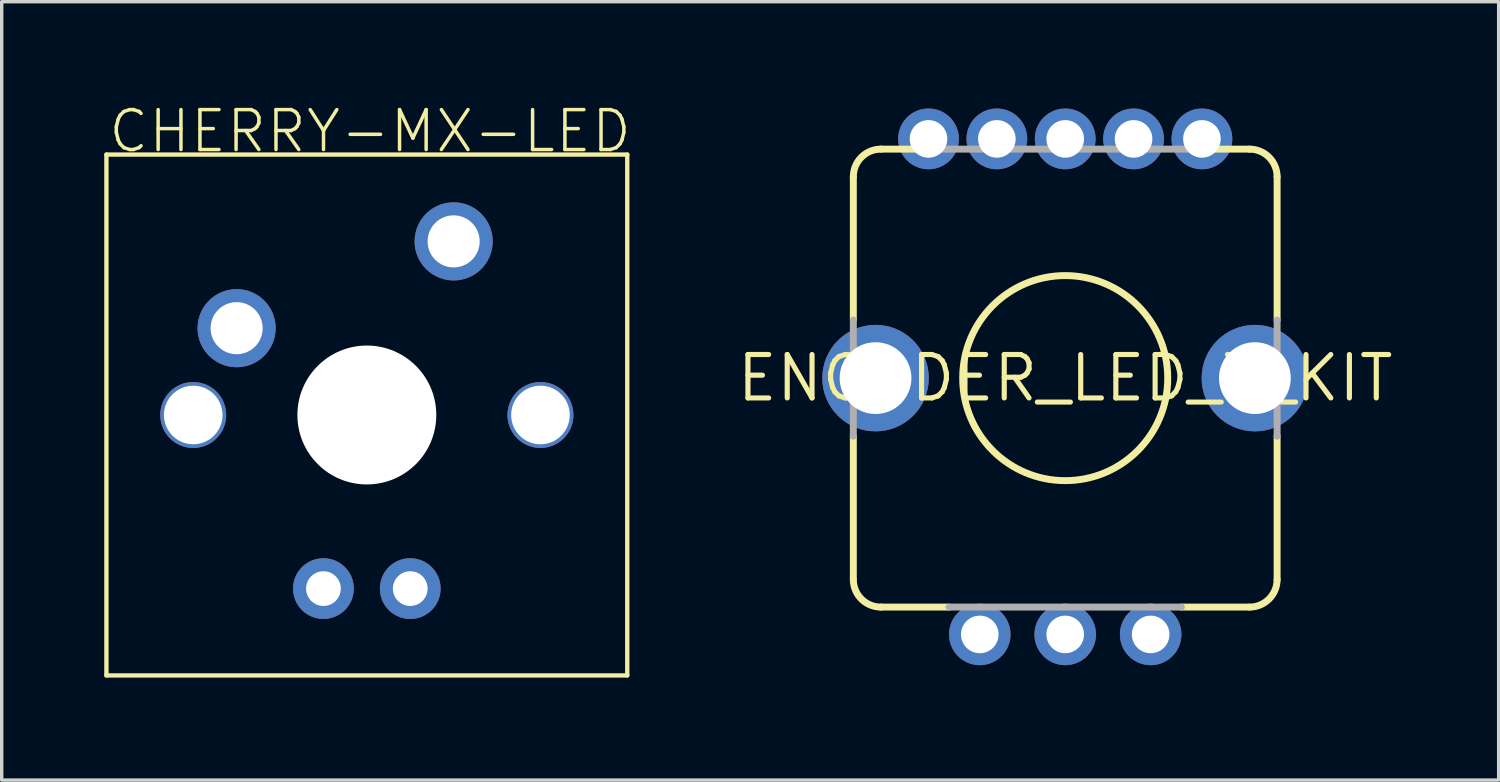
<source format=kicad_pcb>
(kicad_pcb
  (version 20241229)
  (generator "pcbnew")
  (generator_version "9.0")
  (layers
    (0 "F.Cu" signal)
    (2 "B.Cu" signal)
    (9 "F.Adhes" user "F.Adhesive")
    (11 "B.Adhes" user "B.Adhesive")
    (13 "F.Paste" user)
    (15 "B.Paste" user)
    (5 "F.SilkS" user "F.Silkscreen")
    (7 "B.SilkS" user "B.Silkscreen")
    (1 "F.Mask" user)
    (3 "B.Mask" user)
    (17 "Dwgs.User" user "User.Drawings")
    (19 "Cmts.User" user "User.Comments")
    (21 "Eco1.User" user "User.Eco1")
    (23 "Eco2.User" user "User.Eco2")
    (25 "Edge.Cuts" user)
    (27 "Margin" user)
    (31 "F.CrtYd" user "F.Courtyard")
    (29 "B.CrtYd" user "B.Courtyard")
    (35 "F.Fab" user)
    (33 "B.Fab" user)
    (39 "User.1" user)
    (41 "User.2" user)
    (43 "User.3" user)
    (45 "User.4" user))
  (footprint "CHERRY-MX-LED"
    (layer "F.Cu")
    (at 7.684 9.093)
    (property "Reference" "CHERRY-MX-LED" (at -7.62 -7.62 0) (unlocked yes) (layer "F.SilkS") (effects (font (size 1.168 1.168) (thickness 0.102)) (justify left bottom)))
    (fp_line (start -7.62 -7.62) (end 7.62 -7.62) (stroke (width 0.127) (type solid)) (layer "F.SilkS"))
    (fp_line (start -7.62 7.62) (end -7.62 -7.62) (stroke (width 0.127) (type solid)) (layer "F.SilkS"))
    (fp_line (start 7.62 -7.62) (end 7.62 7.62) (stroke (width 0.127) (type solid)) (layer "F.SilkS"))
    (fp_line (start 7.62 7.62) (end -7.62 7.62) (stroke (width 0.127) (type solid)) (layer "F.SilkS"))
    (pad "" np_thru_hole circle (at 0 0) (size 4.064 4.064) (drill 4.064) (layers "*.Cu" "*.Mask"))
    (pad "LED+" thru_hole circle (at -1.27 5.08) (size 1.778 1.778) (drill 1.016) (layers "*.Cu" "*.Mask"))
    (pad "LED-" thru_hole circle (at 1.27 5.08) (size 1.778 1.778) (drill 1.016) (layers "*.Cu" "*.Mask"))
    (pad "P$3" thru_hole circle (at -5.08 0) (size 1.93 1.93) (drill 1.714) (layers "*.Cu" "*.Mask"))
    (pad "P$4" thru_hole circle (at 5.08 0) (size 1.93 1.93) (drill 1.714) (layers "*.Cu" "*.Mask"))
    (pad "SW1" thru_hole circle (at -3.81 -2.54) (size 2.286 2.286) (drill 1.524) (layers "*.Cu" "*.Mask"))
    (pad "SW2" thru_hole circle (at 2.54 -5.08) (size 2.286 2.286) (drill 1.524) (layers "*.Cu" "*.Mask")))
  (footprint "ENCODER_LED_3_KIT"
    (layer "F.Cu")
    (at 28.119 8.014)
    (property "Reference" "ENCODER_LED_3_KIT" (at 0 0 0) (unlocked yes) (layer "F.SilkS") (effects (font (size 1.27 1.27) (thickness 0.15))))
    (fp_poly (pts (xy -3.857 -7.593) (xy -3.709 -7.532) (xy -3.582 -7.434) (xy -3.484 -7.307) (xy -3.423 -7.159) (xy -3.402 -7) (xy -3.423 -6.841) (xy -3.484 -6.693) (xy -3.582 -6.566) (xy -3.709 -6.468) (xy -3.857 -6.407) (xy -4.012 -6.386) (xy -4.074 -6.386) (xy -4.345 -6.459) (xy -4.465 -6.551) (xy -4.554 -6.668) (xy -4.611 -6.804) (xy -4.63 -6.946) (xy -4.63 -7.004) (xy -4.609 -7.159) (xy -4.548 -7.307) (xy -4.45 -7.434) (xy -4.323 -7.532) (xy -4.175 -7.593) (xy -4.016 -7.614)) (stroke (width 0) (type default)) (fill yes) (layer "F.Mask"))
    (fp_poly (pts (xy -2.341 6.907) (xy -2.193 6.968) (xy -2.066 7.066) (xy -1.968 7.193) (xy -1.907 7.341) (xy -1.886 7.5) (xy -1.907 7.659) (xy -1.968 7.807) (xy -2.066 7.934) (xy -2.193 8.032) (xy -2.341 8.093) (xy -2.496 8.114) (xy -2.558 8.114) (xy -2.829 8.041) (xy -2.949 7.949) (xy -3.038 7.832) (xy -3.095 7.696) (xy -3.114 7.554) (xy -3.114 7.496) (xy -3.093 7.341) (xy -3.032 7.193) (xy -2.934 7.066) (xy -2.807 6.968) (xy -2.659 6.907) (xy -2.5 6.886)) (stroke (width 0) (type default)) (fill yes) (layer "F.Mask"))
    (fp_poly (pts (xy -1.857 -7.593) (xy -1.709 -7.532) (xy -1.582 -7.434) (xy -1.484 -7.307) (xy -1.423 -7.159) (xy -1.402 -7) (xy -1.423 -6.841) (xy -1.484 -6.693) (xy -1.582 -6.566) (xy -1.709 -6.468) (xy -1.857 -6.407) (xy -2.012 -6.386) (xy -2.074 -6.386) (xy -2.345 -6.459) (xy -2.465 -6.551) (xy -2.554 -6.668) (xy -2.611 -6.804) (xy -2.63 -6.946) (xy -2.63 -7.004) (xy -2.609 -7.159) (xy -2.548 -7.307) (xy -2.45 -7.434) (xy -2.323 -7.532) (xy -2.175 -7.593) (xy -2.016 -7.614)) (stroke (width 0) (type default)) (fill yes) (layer "F.Mask"))
    (fp_poly (pts (xy 2.143 -7.593) (xy 2.291 -7.532) (xy 2.418 -7.434) (xy 2.516 -7.307) (xy 2.577 -7.159) (xy 2.598 -7) (xy 2.577 -6.841) (xy 2.516 -6.693) (xy 2.418 -6.566) (xy 2.291 -6.468) (xy 2.143 -6.407) (xy 1.988 -6.386) (xy 1.926 -6.386) (xy 1.655 -6.459) (xy 1.535 -6.551) (xy 1.446 -6.668) (xy 1.389 -6.804) (xy 1.371 -6.946) (xy 1.371 -7.004) (xy 1.391 -7.159) (xy 1.452 -7.307) (xy 1.55 -7.434) (xy 1.677 -7.532) (xy 1.825 -7.593) (xy 1.984 -7.614)) (stroke (width 0) (type default)) (fill yes) (layer "F.Mask"))
    (fp_poly (pts (xy 2.709 6.907) (xy 2.857 6.968) (xy 2.984 7.066) (xy 3.082 7.193) (xy 3.143 7.341) (xy 3.164 7.5) (xy 3.143 7.659) (xy 3.082 7.807) (xy 2.984 7.934) (xy 2.857 8.032) (xy 2.709 8.093) (xy 2.554 8.114) (xy 2.492 8.114) (xy 2.221 8.041) (xy 2.101 7.949) (xy 2.012 7.832) (xy 1.955 7.696) (xy 1.937 7.554) (xy 1.937 7.496) (xy 1.957 7.341) (xy 2.018 7.193) (xy 2.116 7.066) (xy 2.243 6.968) (xy 2.391 6.907) (xy 2.55 6.886)) (stroke (width 0) (type default)) (fill yes) (layer "F.Mask"))
    (fp_poly (pts (xy 4.175 -7.593) (xy 4.323 -7.532) (xy 4.45 -7.434) (xy 4.548 -7.307) (xy 4.609 -7.159) (xy 4.63 -7) (xy 4.609 -6.841) (xy 4.548 -6.693) (xy 4.45 -6.566) (xy 4.323 -6.468) (xy 4.175 -6.407) (xy 4.02 -6.386) (xy 3.958 -6.386) (xy 3.687 -6.459) (xy 3.567 -6.551) (xy 3.478 -6.668) (xy 3.421 -6.804) (xy 3.402 -6.946) (xy 3.402 -7.004) (xy 3.423 -7.159) (xy 3.484 -7.307) (xy 3.582 -7.434) (xy 3.709 -7.532) (xy 3.857 -7.593) (xy 4.016 -7.614)) (stroke (width 0) (type default)) (fill yes) (layer "F.Mask"))
    (fp_poly (pts (xy -5.146 -0.984) (xy -4.959 -0.885) (xy -4.798 -0.752) (xy -4.665 -0.591) (xy -4.567 -0.407) (xy -4.507 -0.208) (xy -4.486 0.003) (xy -4.566 0.404) (xy -4.665 0.591) (xy -4.798 0.752) (xy -4.959 0.885) (xy -5.143 0.983) (xy -5.342 1.043) (xy -5.553 1.064) (xy -5.954 0.984) (xy -6.141 0.885) (xy -6.302 0.752) (xy -6.435 0.591) (xy -6.533 0.407) (xy -6.593 0.208) (xy -6.614 -0.003) (xy -6.534 -0.404) (xy -6.435 -0.591) (xy -6.302 -0.752) (xy -6.141 -0.885) (xy -5.957 -0.983) (xy -5.758 -1.043) (xy -5.547 -1.064)) (stroke (width 0) (type default)) (fill yes) (layer "F.Mask"))
    (fp_poly (pts (xy 0.159 6.907) (xy 0.307 6.968) (xy 0.434 7.066) (xy 0.532 7.193) (xy 0.593 7.341) (xy 0.614 7.5) (xy 0.593 7.659) (xy 0.532 7.807) (xy 0.434 7.934) (xy 0.307 8.032) (xy 0.159 8.093) (xy 0.004 8.114) (xy -0.058 8.114) (xy -0.329 8.041) (xy -0.449 7.949) (xy -0.538 7.832) (xy -0.595 7.696) (xy -0.606 7.614) (xy -0.614 7.614) (xy -0.614 7.554) (xy -0.622 7.491) (xy -0.613 7.49) (xy -0.593 7.341) (xy -0.532 7.193) (xy -0.434 7.066) (xy -0.307 6.968) (xy -0.159 6.907) (xy 0 6.886)) (stroke (width 0) (type default)) (fill yes) (layer "F.Mask"))
    (fp_poly (pts (xy 5.954 -0.984) (xy 6.141 -0.885) (xy 6.302 -0.752) (xy 6.435 -0.591) (xy 6.533 -0.407) (xy 6.593 -0.208) (xy 6.614 0.003) (xy 6.534 0.404) (xy 6.435 0.591) (xy 6.302 0.752) (xy 6.141 0.885) (xy 5.957 0.983) (xy 5.758 1.043) (xy 5.547 1.064) (xy 5.146 0.984) (xy 4.959 0.885) (xy 4.798 0.752) (xy 4.665 0.591) (xy 4.567 0.407) (xy 4.507 0.208) (xy 4.486 -0.003) (xy 4.566 -0.404) (xy 4.665 -0.591) (xy 4.798 -0.752) (xy 4.959 -0.885) (xy 5.143 -0.983) (xy 5.342 -1.043) (xy 5.553 -1.064)) (stroke (width 0) (type default)) (fill yes) (layer "F.Mask"))
    (fp_poly (pts (xy 0.044 -7.606) (xy 0.143 -7.593) (xy 0.291 -7.532) (xy 0.418 -7.434) (xy 0.516 -7.307) (xy 0.577 -7.159) (xy 0.598 -7) (xy 0.577 -6.841) (xy 0.516 -6.693) (xy 0.418 -6.566) (xy 0.291 -6.468) (xy 0.143 -6.407) (xy -0.012 -6.386) (xy -0.074 -6.386) (xy -0.345 -6.459) (xy -0.465 -6.551) (xy -0.554 -6.668) (xy -0.611 -6.804) (xy -0.622 -6.886) (xy -0.629 -6.886) (xy -0.629 -6.946) (xy -0.638 -7.009) (xy -0.629 -7.01) (xy -0.609 -7.159) (xy -0.548 -7.307) (xy -0.45 -7.434) (xy -0.323 -7.532) (xy -0.175 -7.593) (xy -0.076 -7.606) (xy -0.075 -7.622) (xy -0.016 -7.614) (xy 0.043 -7.622)) (stroke (width 0) (type default)) (fill yes) (layer "F.Mask"))
    (fp_poly (pts (xy -3.615 -7.938) (xy -3.437 -7.843) (xy -3.283 -7.717) (xy -3.157 -7.563) (xy -3.063 -7.388) (xy -3.006 -7.198) (xy -2.986 -6.997) (xy -3.062 -6.615) (xy -3.157 -6.437) (xy -3.283 -6.283) (xy -3.437 -6.157) (xy -3.612 -6.063) (xy -3.802 -6.006) (xy -4.003 -5.986) (xy -4.385 -6.062) (xy -4.563 -6.157) (xy -4.717 -6.283) (xy -4.843 -6.437) (xy -4.937 -6.612) (xy -4.994 -6.802) (xy -5.014 -7.003) (xy -4.938 -7.385) (xy -4.843 -7.563) (xy -4.717 -7.717) (xy -4.563 -7.843) (xy -4.388 -7.937) (xy -4.198 -7.994) (xy -3.997 -8.014)) (stroke (width 0) (type default)) (fill yes) (layer "B.Mask"))
    (fp_poly (pts (xy -2.115 6.562) (xy -1.937 6.657) (xy -1.783 6.783) (xy -1.657 6.937) (xy -1.563 7.112) (xy -1.506 7.302) (xy -1.486 7.503) (xy -1.562 7.885) (xy -1.657 8.063) (xy -1.783 8.217) (xy -1.937 8.343) (xy -2.112 8.437) (xy -2.302 8.494) (xy -2.503 8.514) (xy -2.885 8.438) (xy -3.063 8.343) (xy -3.217 8.217) (xy -3.343 8.063) (xy -3.437 7.888) (xy -3.494 7.698) (xy -3.514 7.497) (xy -3.438 7.115) (xy -3.343 6.937) (xy -3.217 6.783) (xy -3.063 6.657) (xy -2.888 6.563) (xy -2.698 6.506) (xy -2.497 6.486)) (stroke (width 0) (type default)) (fill yes) (layer "B.Mask"))
    (fp_poly (pts (xy -1.615 -7.938) (xy -1.437 -7.843) (xy -1.283 -7.717) (xy -1.157 -7.563) (xy -1.063 -7.388) (xy -1.006 -7.198) (xy -0.986 -6.997) (xy -1.062 -6.615) (xy -1.157 -6.437) (xy -1.283 -6.283) (xy -1.437 -6.157) (xy -1.612 -6.063) (xy -1.802 -6.006) (xy -2.003 -5.986) (xy -2.385 -6.062) (xy -2.563 -6.157) (xy -2.717 -6.283) (xy -2.843 -6.437) (xy -2.937 -6.612) (xy -2.994 -6.802) (xy -3.014 -7.003) (xy -2.938 -7.385) (xy -2.843 -7.563) (xy -2.717 -7.717) (xy -2.563 -7.843) (xy -2.388 -7.937) (xy -2.198 -7.994) (xy -1.997 -8.014)) (stroke (width 0) (type default)) (fill yes) (layer "B.Mask"))
    (fp_poly (pts (xy 0.385 -7.938) (xy 0.563 -7.843) (xy 0.717 -7.717) (xy 0.843 -7.563) (xy 0.937 -7.388) (xy 0.994 -7.198) (xy 1.014 -6.997) (xy 0.938 -6.615) (xy 0.843 -6.437) (xy 0.717 -6.283) (xy 0.563 -6.157) (xy 0.388 -6.063) (xy 0.198 -6.006) (xy -0.003 -5.986) (xy -0.385 -6.062) (xy -0.563 -6.157) (xy -0.717 -6.283) (xy -0.843 -6.437) (xy -0.937 -6.612) (xy -0.994 -6.802) (xy -1.014 -7.003) (xy -0.938 -7.385) (xy -0.843 -7.563) (xy -0.717 -7.717) (xy -0.563 -7.843) (xy -0.388 -7.937) (xy -0.198 -7.994) (xy 0.003 -8.014)) (stroke (width 0) (type default)) (fill yes) (layer "B.Mask"))
    (fp_poly (pts (xy 0.385 6.562) (xy 0.563 6.657) (xy 0.717 6.783) (xy 0.843 6.937) (xy 0.937 7.112) (xy 0.994 7.302) (xy 1.014 7.503) (xy 0.938 7.885) (xy 0.843 8.063) (xy 0.717 8.217) (xy 0.563 8.343) (xy 0.388 8.437) (xy 0.198 8.494) (xy -0.003 8.514) (xy -0.385 8.438) (xy -0.563 8.343) (xy -0.717 8.217) (xy -0.843 8.063) (xy -0.937 7.888) (xy -0.994 7.698) (xy -1.014 7.497) (xy -0.938 7.115) (xy -0.843 6.937) (xy -0.717 6.783) (xy -0.563 6.657) (xy -0.388 6.563) (xy -0.198 6.506) (xy 0.003 6.486)) (stroke (width 0) (type default)) (fill yes) (layer "B.Mask"))
    (fp_poly (pts (xy 2.385 -7.938) (xy 2.563 -7.843) (xy 2.717 -7.717) (xy 2.843 -7.563) (xy 2.937 -7.388) (xy 2.994 -7.198) (xy 3.014 -6.997) (xy 2.938 -6.615) (xy 2.843 -6.437) (xy 2.717 -6.283) (xy 2.563 -6.157) (xy 2.388 -6.063) (xy 2.198 -6.006) (xy 1.997 -5.986) (xy 1.615 -6.062) (xy 1.437 -6.157) (xy 1.283 -6.283) (xy 1.157 -6.437) (xy 1.063 -6.612) (xy 1.006 -6.802) (xy 0.986 -7.003) (xy 1.062 -7.385) (xy 1.157 -7.563) (xy 1.283 -7.717) (xy 1.437 -7.843) (xy 1.612 -7.937) (xy 1.802 -7.994) (xy 2.003 -8.014)) (stroke (width 0) (type default)) (fill yes) (layer "B.Mask"))
    (fp_poly (pts (xy 2.885 6.562) (xy 3.063 6.657) (xy 3.217 6.783) (xy 3.343 6.937) (xy 3.437 7.112) (xy 3.494 7.302) (xy 3.514 7.503) (xy 3.438 7.885) (xy 3.343 8.063) (xy 3.217 8.217) (xy 3.063 8.343) (xy 2.888 8.437) (xy 2.698 8.494) (xy 2.497 8.514) (xy 2.115 8.438) (xy 1.937 8.343) (xy 1.783 8.217) (xy 1.657 8.063) (xy 1.563 7.888) (xy 1.506 7.698) (xy 1.486 7.497) (xy 1.562 7.115) (xy 1.657 6.937) (xy 1.783 6.783) (xy 1.937 6.657) (xy 2.112 6.563) (xy 2.302 6.506) (xy 2.503 6.486)) (stroke (width 0) (type default)) (fill yes) (layer "B.Mask"))
    (fp_poly (pts (xy 4.385 -7.938) (xy 4.563 -7.843) (xy 4.717 -7.717) (xy 4.843 -7.563) (xy 4.937 -7.388) (xy 4.994 -7.198) (xy 5.014 -6.997) (xy 4.938 -6.615) (xy 4.843 -6.437) (xy 4.717 -6.283) (xy 4.563 -6.157) (xy 4.388 -6.063) (xy 4.198 -6.006) (xy 3.997 -5.986) (xy 3.615 -6.062) (xy 3.437 -6.157) (xy 3.283 -6.283) (xy 3.157 -6.437) (xy 3.063 -6.612) (xy 3.006 -6.802) (xy 2.986 -7.003) (xy 3.062 -7.385) (xy 3.157 -7.563) (xy 3.283 -7.717) (xy 3.437 -7.843) (xy 3.612 -7.937) (xy 3.802 -7.994) (xy 4.003 -8.014)) (stroke (width 0) (type default)) (fill yes) (layer "B.Mask"))
    (fp_poly (pts (xy -5.298 -1.594) (xy -5.051 -1.535) (xy -4.817 -1.438) (xy -4.601 -1.306) (xy -4.409 -1.141) (xy -4.244 -0.949) (xy -4.112 -0.733) (xy -4.014 -0.496) (xy -3.936 -0.003) (xy -3.956 0.252) (xy -4.015 0.499) (xy -4.112 0.733) (xy -4.244 0.949) (xy -4.409 1.141) (xy -4.601 1.306) (xy -4.817 1.438) (xy -5.054 1.536) (xy -5.547 1.614) (xy -5.802 1.594) (xy -6.049 1.535) (xy -6.283 1.438) (xy -6.499 1.306) (xy -6.691 1.141) (xy -6.856 0.949) (xy -6.988 0.733) (xy -7.086 0.496) (xy -7.164 0.003) (xy -7.144 -0.252) (xy -7.085 -0.499) (xy -6.988 -0.733) (xy -6.856 -0.949) (xy -6.691 -1.141) (xy -6.499 -1.306) (xy -6.283 -1.438) (xy -6.046 -1.536) (xy -5.553 -1.614)) (stroke (width 0) (type default)) (fill yes) (layer "B.Mask"))
    (fp_poly (pts (xy 5.802 -1.594) (xy 6.049 -1.535) (xy 6.283 -1.438) (xy 6.499 -1.306) (xy 6.691 -1.141) (xy 6.856 -0.949) (xy 6.988 -0.733) (xy 7.086 -0.496) (xy 7.164 -0.003) (xy 7.144 0.252) (xy 7.085 0.499) (xy 6.988 0.733) (xy 6.856 0.949) (xy 6.691 1.141) (xy 6.499 1.306) (xy 6.283 1.438) (xy 6.046 1.536) (xy 5.553 1.614) (xy 5.298 1.594) (xy 5.051 1.535) (xy 4.817 1.438) (xy 4.601 1.306) (xy 4.409 1.141) (xy 4.244 0.949) (xy 4.112 0.733) (xy 4.014 0.496) (xy 3.936 0.003) (xy 3.956 -0.252) (xy 4.015 -0.499) (xy 4.112 -0.733) (xy 4.244 -0.949) (xy 4.409 -1.141) (xy 4.601 -1.306) (xy 4.817 -1.438) (xy 5.054 -1.536) (xy 5.547 -1.614)) (stroke (width 0) (type default)) (fill yes) (layer "B.Mask"))
    (fp_line (start -6.2 -1.7) (end -6.2 -5.894) (stroke (width 0.203) (type solid)) (layer "F.SilkS"))
    (fp_line (start -6.2 1.7) (end -6.2 5.894) (stroke (width 0.203) (type solid)) (layer "F.SilkS"))
    (fp_line (start -5.394 -6.7) (end -3.9 -6.7) (stroke (width 0.203) (type solid)) (layer "F.SilkS"))
    (fp_line (start -5.394 6.7) (end -3.4 6.7) (stroke (width 0.203) (type solid)) (layer "F.SilkS"))
    (fp_line (start 5.394 -6.7) (end 3.9 -6.7) (stroke (width 0.203) (type solid)) (layer "F.SilkS"))
    (fp_line (start 5.394 6.7) (end 3.4 6.7) (stroke (width 0.203) (type solid)) (layer "F.SilkS"))
    (fp_line (start 6.2 -1.7) (end 6.2 -5.894) (stroke (width 0.203) (type solid)) (layer "F.SilkS"))
    (fp_line (start 6.2 1.7) (end 6.2 5.894) (stroke (width 0.203) (type solid)) (layer "F.SilkS"))
    (fp_arc (start -6.2 -5.8938) (mid -5.963869 -6.463869) (end -5.3938 -6.7) (stroke (width 0.2032) (type solid)) (layer "F.SilkS"))
    (fp_arc (start -5.3938 6.7) (mid -5.963869 6.463869) (end -6.2 5.8938) (stroke (width 0.2032) (type solid)) (layer "F.SilkS"))
    (fp_arc (start 5.3938 -6.7) (mid 5.963869 -6.463869) (end 6.2 -5.8938) (stroke (width 0.2032) (type solid)) (layer "F.SilkS"))
    (fp_arc (start 6.2 5.8938) (mid 5.963869 6.463869) (end 5.3938 6.7) (stroke (width 0.2032) (type solid)) (layer "F.SilkS"))
    (fp_circle (center 0 0) (end 3 0) (stroke (width 0.203) (type solid)) (fill no) (layer "F.SilkS"))
    (fp_line (start -6.2 1.7) (end -6.2 -1.7) (stroke (width 0.203) (type solid)) (layer "F.Fab"))
    (fp_line (start -3.9 -6.7) (end 3.9 -6.7) (stroke (width 0.203) (type solid)) (layer "F.Fab"))
    (fp_line (start 3.4 6.7) (end -3.4 6.7) (stroke (width 0.203) (type solid)) (layer "F.Fab"))
    (fp_line (start 6.2 -1.7) (end 6.2 1.7) (stroke (width 0.203) (type solid)) (layer "F.Fab"))
    (pad "1" thru_hole circle (at -4 -7) (size 1.778 1.778) (drill 1.1) (layers "*.Cu"))
    (pad "2" thru_hole circle (at -2 -7) (size 1.778 1.778) (drill 1.1) (layers "*.Cu"))
    (pad "3" thru_hole circle (at 0 -7) (size 1.778 1.778) (drill 1.1) (layers "*.Cu"))
    (pad "4" thru_hole circle (at 2 -7) (size 1.778 1.778) (drill 1.1) (layers "*.Cu"))
    (pad "5" thru_hole circle (at 4 -7) (size 1.778 1.778) (drill 1.1) (layers "*.Cu"))
    (pad "A" thru_hole circle (at -2.5 7.5) (size 1.8 1.8) (drill 1.1) (layers "*.Cu"))
    (pad "B" thru_hole circle (at 2.5 7.5) (size 1.8 1.8) (drill 1.1) (layers "*.Cu"))
    (pad "C" thru_hole circle (at 0 7.5) (size 1.8 1.8) (drill 1.1) (layers "*.Cu"))
    (pad "M1" thru_hole circle (at -5.55 0) (size 3.116 3.116) (drill 2.1) (layers "*.Cu"))
    (pad "M2" thru_hole circle (at 5.55 0) (size 3.116 3.116) (drill 2.1) (layers "*.Cu")))
  (gr_rect
    (start -3 -3)
    (end 40.802 19.777)
    (stroke (width 0.1) (type default))
    (fill no)
    (layer "Edge.Cuts")))
</source>
